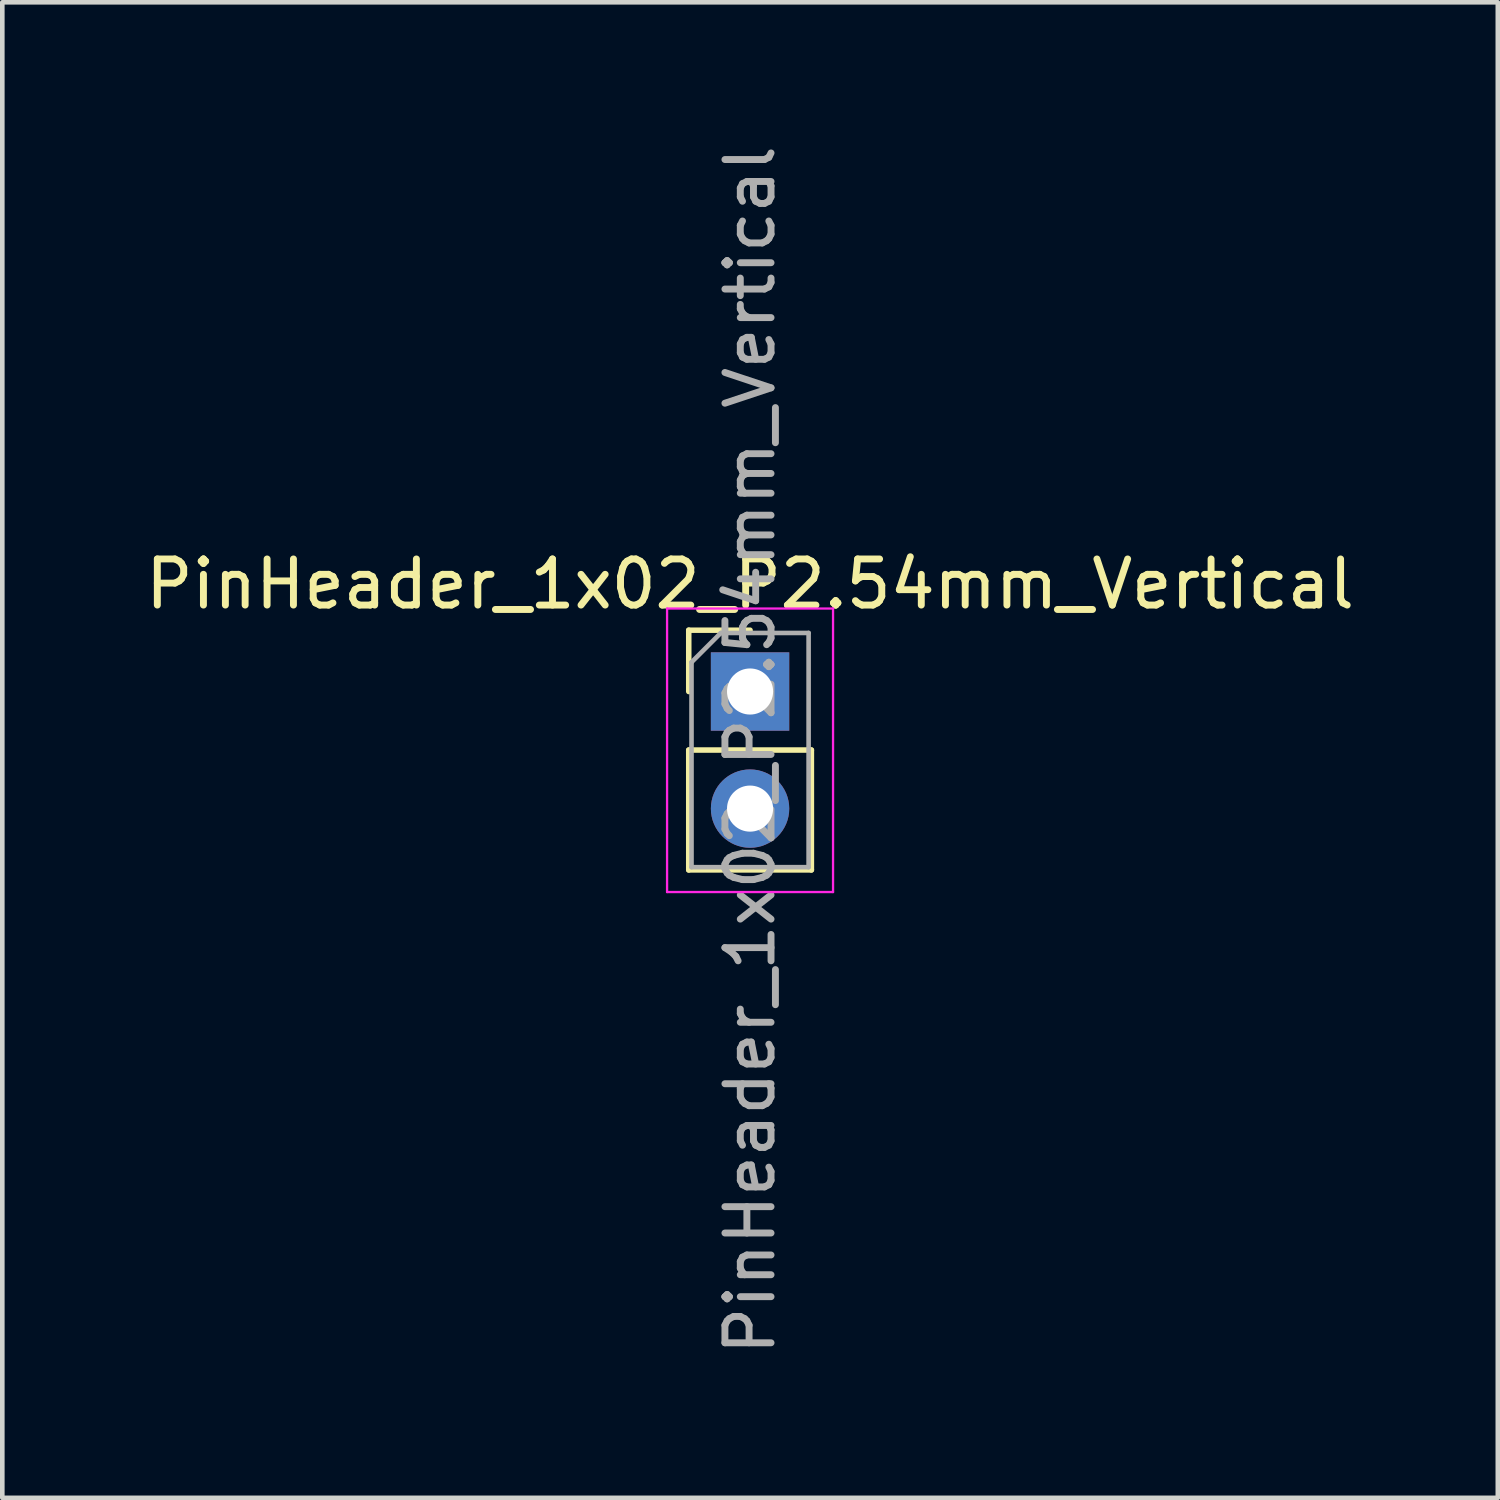
<source format=kicad_pcb>
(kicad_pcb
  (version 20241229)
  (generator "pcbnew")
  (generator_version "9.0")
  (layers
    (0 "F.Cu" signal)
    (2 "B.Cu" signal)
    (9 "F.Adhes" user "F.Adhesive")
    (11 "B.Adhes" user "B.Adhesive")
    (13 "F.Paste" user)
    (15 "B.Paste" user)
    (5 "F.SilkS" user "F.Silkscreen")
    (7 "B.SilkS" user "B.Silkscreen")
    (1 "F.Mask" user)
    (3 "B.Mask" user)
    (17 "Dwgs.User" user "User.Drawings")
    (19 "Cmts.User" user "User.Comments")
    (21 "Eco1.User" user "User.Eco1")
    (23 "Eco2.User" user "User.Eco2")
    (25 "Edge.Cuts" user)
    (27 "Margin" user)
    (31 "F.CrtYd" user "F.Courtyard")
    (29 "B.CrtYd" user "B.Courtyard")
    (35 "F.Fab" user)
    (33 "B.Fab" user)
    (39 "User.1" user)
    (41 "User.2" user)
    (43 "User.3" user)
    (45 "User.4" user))
  (footprint "PinHeader_1x02_P2.54mm_Vertical"
    (layer "F.Cu")
    (at 13.22 11.95)
    (property "Reference" "PinHeader_1x02_P2.54mm_Vertical" (at 0 -2.33 0) (layer "F.SilkS") (effects (font (size 1 1) (thickness 0.15))))
    (attr through_hole)
    (fp_line (start -1.33 -1.33) (end 0 -1.33) (stroke (width 0.12) (type solid)) (layer "F.SilkS"))
    (fp_line (start -1.33 0) (end -1.33 -1.33) (stroke (width 0.12) (type solid)) (layer "F.SilkS"))
    (fp_line (start -1.33 1.27) (end -1.33 3.87) (stroke (width 0.12) (type solid)) (layer "F.SilkS"))
    (fp_line (start -1.33 1.27) (end 1.33 1.27) (stroke (width 0.12) (type solid)) (layer "F.SilkS"))
    (fp_line (start -1.33 3.87) (end 1.33 3.87) (stroke (width 0.12) (type solid)) (layer "F.SilkS"))
    (fp_line (start 1.33 1.27) (end 1.33 3.87) (stroke (width 0.12) (type solid)) (layer "F.SilkS"))
    (fp_line (start -1.8 -1.8) (end -1.8 4.35) (stroke (width 0.05) (type solid)) (layer "F.CrtYd"))
    (fp_line (start -1.8 4.35) (end 1.8 4.35) (stroke (width 0.05) (type solid)) (layer "F.CrtYd"))
    (fp_line (start 1.8 -1.8) (end -1.8 -1.8) (stroke (width 0.05) (type solid)) (layer "F.CrtYd"))
    (fp_line (start 1.8 4.35) (end 1.8 -1.8) (stroke (width 0.05) (type solid)) (layer "F.CrtYd"))
    (fp_line (start -1.27 -0.635) (end -0.635 -1.27) (stroke (width 0.1) (type solid)) (layer "F.Fab"))
    (fp_line (start -1.27 3.81) (end -1.27 -0.635) (stroke (width 0.1) (type solid)) (layer "F.Fab"))
    (fp_line (start -0.635 -1.27) (end 1.27 -1.27) (stroke (width 0.1) (type solid)) (layer "F.Fab"))
    (fp_line (start 1.27 -1.27) (end 1.27 3.81) (stroke (width 0.1) (type solid)) (layer "F.Fab"))
    (fp_line (start 1.27 3.81) (end -1.27 3.81) (stroke (width 0.1) (type solid)) (layer "F.Fab"))
    (fp_text user "${REFERENCE}" (at 0 1.27 90) (layer "F.Fab") (effects (font (size 1 1) (thickness 0.15))))
    (pad "1" thru_hole rect (at 0 0) (size 1.7 1.7) (drill 1) (layers "*.Cu" "*.Mask"))
    (pad "2" thru_hole oval (at 0 2.54) (size 1.7 1.7) (drill 1) (layers "*.Cu" "*.Mask")))
  (gr_rect
    (start -3 -3)
    (end 29.44 29.44)
    (stroke (width 0.1) (type default))
    (fill no)
    (layer "Edge.Cuts")))
</source>
